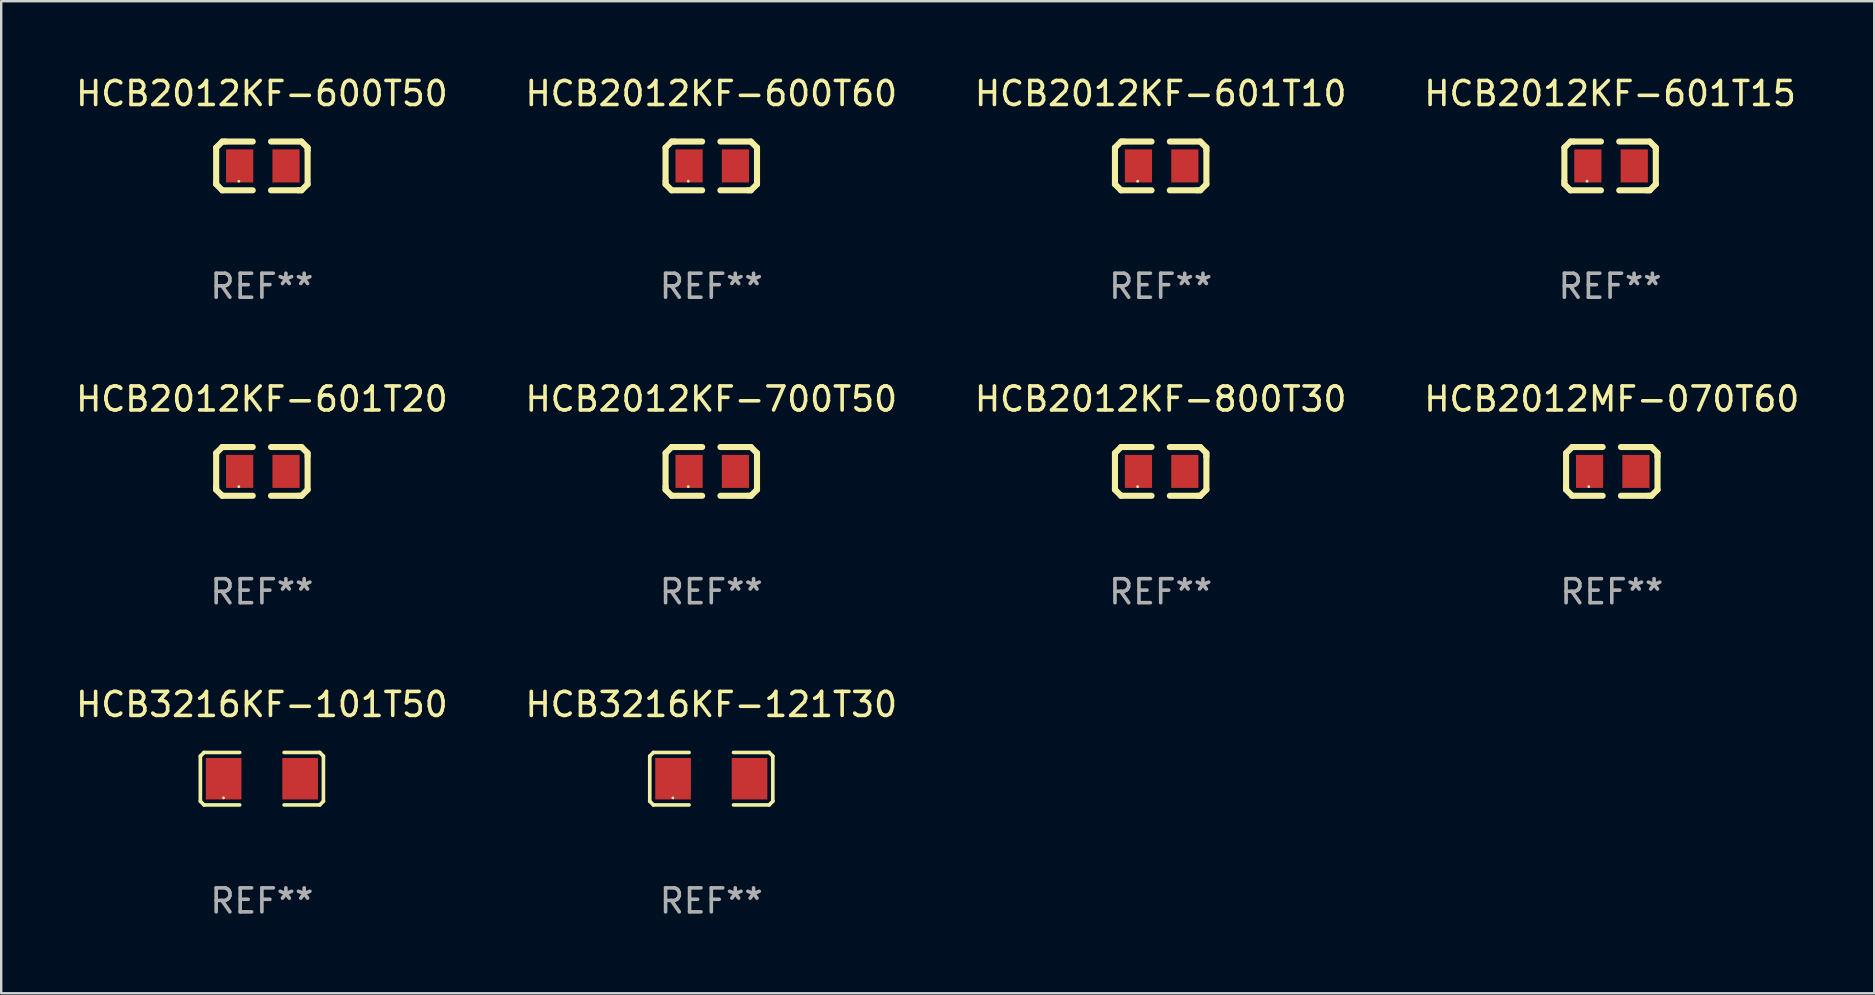
<source format=kicad_pcb>
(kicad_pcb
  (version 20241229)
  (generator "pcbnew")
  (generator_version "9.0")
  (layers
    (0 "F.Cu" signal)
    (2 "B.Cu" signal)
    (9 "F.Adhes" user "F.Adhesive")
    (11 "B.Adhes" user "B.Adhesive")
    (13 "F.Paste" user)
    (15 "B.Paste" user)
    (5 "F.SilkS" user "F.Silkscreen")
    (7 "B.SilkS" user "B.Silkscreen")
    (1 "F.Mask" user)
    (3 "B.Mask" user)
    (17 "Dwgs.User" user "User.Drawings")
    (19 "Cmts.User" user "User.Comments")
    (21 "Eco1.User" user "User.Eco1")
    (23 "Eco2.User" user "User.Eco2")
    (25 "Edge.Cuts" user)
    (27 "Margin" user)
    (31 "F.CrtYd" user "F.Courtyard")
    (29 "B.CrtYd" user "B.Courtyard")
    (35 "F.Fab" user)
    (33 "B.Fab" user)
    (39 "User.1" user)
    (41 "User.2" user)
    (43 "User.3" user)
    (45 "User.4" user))
  (footprint "HCB2012MF-070T60"
    (layer "F.Cu")
    (at 64.113 16.593)
    (property "Reference" "HCB2012MF-070T60" (at 0 -3.016 0) (layer "F.SilkS") (effects (font (size 1 1) (thickness 0.15))))
    (attr through_hole)
    (fp_line (start -1.905 -0.762) (end -1.905 0.635) (stroke (width 0.254) (type solid)) (layer "F.SilkS"))
    (fp_line (start -1.905 0.635) (end -1.905 0.762) (stroke (width 0.254) (type solid)) (layer "F.SilkS"))
    (fp_line (start -1.905 0.762) (end -1.651 1.016) (stroke (width 0.254) (type solid)) (layer "F.SilkS"))
    (fp_line (start -1.651 -1.016) (end -1.905 -0.762) (stroke (width 0.254) (type solid)) (layer "F.SilkS"))
    (fp_line (start -1.651 1.016) (end -0.381 1.016) (stroke (width 0.254) (type solid)) (layer "F.SilkS"))
    (fp_line (start -1.524 -1.016) (end -1.651 -1.016) (stroke (width 0.254) (type solid)) (layer "F.SilkS"))
    (fp_line (start -0.381 -1.016) (end -1.524 -1.016) (stroke (width 0.254) (type solid)) (layer "F.SilkS"))
    (fp_line (start 0.381 1.016) (end 1.524 1.016) (stroke (width 0.254) (type solid)) (layer "F.SilkS"))
    (fp_line (start 1.524 1.016) (end 1.651 1.016) (stroke (width 0.254) (type solid)) (layer "F.SilkS"))
    (fp_line (start 1.651 -1.016) (end 0.381 -1.016) (stroke (width 0.254) (type solid)) (layer "F.SilkS"))
    (fp_line (start 1.651 1.016) (end 1.905 0.762) (stroke (width 0.254) (type solid)) (layer "F.SilkS"))
    (fp_line (start 1.905 -0.762) (end 1.651 -1.016) (stroke (width 0.254) (type solid)) (layer "F.SilkS"))
    (fp_line (start 1.905 -0.635) (end 1.905 -0.762) (stroke (width 0.254) (type solid)) (layer "F.SilkS"))
    (fp_line (start 1.905 0.762) (end 1.905 -0.635) (stroke (width 0.254) (type solid)) (layer "F.SilkS"))
    (fp_circle (center -0.96 0.637) (end -0.93 0.637) (stroke (width 0.06) (type solid)) (fill no) (layer "F.SilkS"))
    (fp_text user "REF**" (at 0 5.016 0) (layer "F.Fab") (effects (font (size 1 1) (thickness 0.15))))
    (pad "1" smd rect (at -0.926 -0.000051) (size 1.133 1.377) (layers "F.Cu" "F.Mask" "F.Paste"))
    (pad "2" smd rect (at 1.006 -0.000051) (size 1.133 1.377) (layers "F.Cu" "F.Mask" "F.Paste")))
  (footprint "HCB2012KF-601T10"
    (layer "F.Cu")
    (at 45.315 3.864)
    (property "Reference" "HCB2012KF-601T10" (at 0 -3.016 0) (layer "F.SilkS") (effects (font (size 1 1) (thickness 0.15))))
    (attr through_hole)
    (fp_line (start -1.905 -0.762) (end -1.905 0.635) (stroke (width 0.254) (type solid)) (layer "F.SilkS"))
    (fp_line (start -1.905 0.635) (end -1.905 0.762) (stroke (width 0.254) (type solid)) (layer "F.SilkS"))
    (fp_line (start -1.905 0.762) (end -1.651 1.016) (stroke (width 0.254) (type solid)) (layer "F.SilkS"))
    (fp_line (start -1.651 -1.016) (end -1.905 -0.762) (stroke (width 0.254) (type solid)) (layer "F.SilkS"))
    (fp_line (start -1.651 1.016) (end -0.381 1.016) (stroke (width 0.254) (type solid)) (layer "F.SilkS"))
    (fp_line (start -1.524 -1.016) (end -1.651 -1.016) (stroke (width 0.254) (type solid)) (layer "F.SilkS"))
    (fp_line (start -0.381 -1.016) (end -1.524 -1.016) (stroke (width 0.254) (type solid)) (layer "F.SilkS"))
    (fp_line (start 0.381 1.016) (end 1.524 1.016) (stroke (width 0.254) (type solid)) (layer "F.SilkS"))
    (fp_line (start 1.524 1.016) (end 1.651 1.016) (stroke (width 0.254) (type solid)) (layer "F.SilkS"))
    (fp_line (start 1.651 -1.016) (end 0.381 -1.016) (stroke (width 0.254) (type solid)) (layer "F.SilkS"))
    (fp_line (start 1.651 1.016) (end 1.905 0.762) (stroke (width 0.254) (type solid)) (layer "F.SilkS"))
    (fp_line (start 1.905 -0.762) (end 1.651 -1.016) (stroke (width 0.254) (type solid)) (layer "F.SilkS"))
    (fp_line (start 1.905 -0.635) (end 1.905 -0.762) (stroke (width 0.254) (type solid)) (layer "F.SilkS"))
    (fp_line (start 1.905 0.762) (end 1.905 -0.635) (stroke (width 0.254) (type solid)) (layer "F.SilkS"))
    (fp_circle (center -0.96 0.637) (end -0.93 0.637) (stroke (width 0.06) (type solid)) (fill no) (layer "F.SilkS"))
    (fp_text user "REF**" (at 0 5.016 0) (layer "F.Fab") (effects (font (size 1 1) (thickness 0.15))))
    (pad "1" smd rect (at -0.926 -0.000051) (size 1.133 1.377) (layers "F.Cu" "F.Mask" "F.Paste"))
    (pad "2" smd rect (at 1.006 -0.000051) (size 1.133 1.377) (layers "F.Cu" "F.Mask" "F.Paste")))
  (footprint "HCB3216KF-121T30"
    (layer "F.Cu")
    (at 26.589 29.398)
    (property "Reference" "HCB3216KF-121T30" (at 0 -3.093 0) (layer "F.SilkS") (effects (font (size 1 1) (thickness 0.15))))
    (attr through_hole)
    (fp_line (start -2.564 -0.94) (end -2.411 -1.093) (stroke (width 0.152) (type solid)) (layer "F.SilkS"))
    (fp_line (start -2.564 0.94) (end -2.564 -0.94) (stroke (width 0.152) (type solid)) (layer "F.SilkS"))
    (fp_line (start -2.411 -1.093) (end -0.926 -1.093) (stroke (width 0.152) (type solid)) (layer "F.SilkS"))
    (fp_line (start -2.411 1.093) (end -2.564 0.94) (stroke (width 0.152) (type solid)) (layer "F.SilkS"))
    (fp_line (start -0.926 1.093) (end -2.411 1.093) (stroke (width 0.152) (type solid)) (layer "F.SilkS"))
    (fp_line (start 0.926 1.093) (end 2.411 1.093) (stroke (width 0.152) (type solid)) (layer "F.SilkS"))
    (fp_line (start 2.411 -1.093) (end 0.926 -1.093) (stroke (width 0.152) (type solid)) (layer "F.SilkS"))
    (fp_line (start 2.411 1.093) (end 2.564 0.94) (stroke (width 0.152) (type solid)) (layer "F.SilkS"))
    (fp_line (start 2.564 -0.94) (end 2.411 -1.093) (stroke (width 0.152) (type solid)) (layer "F.SilkS"))
    (fp_line (start 2.564 0.94) (end 2.564 -0.94) (stroke (width 0.152) (type solid)) (layer "F.SilkS"))
    (fp_circle (center -1.6 0.8) (end -1.57 0.8) (stroke (width 0.06) (type solid)) (fill no) (layer "F.SilkS"))
    (fp_text user "REF**" (at 0 5.093 0) (layer "F.Fab") (effects (font (size 1 1) (thickness 0.15))))
    (pad "1" smd rect (at -1.593 0) (size 1.485 1.728) (layers "F.Cu" "F.Mask" "F.Paste"))
    (pad "2" smd rect (at 1.593 0) (size 1.485 1.728) (layers "F.Cu" "F.Mask" "F.Paste")))
  (footprint "HCB2012KF-700T50"
    (layer "F.Cu")
    (at 26.589 16.593)
    (property "Reference" "HCB2012KF-700T50" (at 0 -3.016 0) (layer "F.SilkS") (effects (font (size 1 1) (thickness 0.15))))
    (attr through_hole)
    (fp_line (start -1.905 -0.762) (end -1.905 0.635) (stroke (width 0.254) (type solid)) (layer "F.SilkS"))
    (fp_line (start -1.905 0.635) (end -1.905 0.762) (stroke (width 0.254) (type solid)) (layer "F.SilkS"))
    (fp_line (start -1.905 0.762) (end -1.651 1.016) (stroke (width 0.254) (type solid)) (layer "F.SilkS"))
    (fp_line (start -1.651 -1.016) (end -1.905 -0.762) (stroke (width 0.254) (type solid)) (layer "F.SilkS"))
    (fp_line (start -1.651 1.016) (end -0.381 1.016) (stroke (width 0.254) (type solid)) (layer "F.SilkS"))
    (fp_line (start -1.524 -1.016) (end -1.651 -1.016) (stroke (width 0.254) (type solid)) (layer "F.SilkS"))
    (fp_line (start -0.381 -1.016) (end -1.524 -1.016) (stroke (width 0.254) (type solid)) (layer "F.SilkS"))
    (fp_line (start 0.381 1.016) (end 1.524 1.016) (stroke (width 0.254) (type solid)) (layer "F.SilkS"))
    (fp_line (start 1.524 1.016) (end 1.651 1.016) (stroke (width 0.254) (type solid)) (layer "F.SilkS"))
    (fp_line (start 1.651 -1.016) (end 0.381 -1.016) (stroke (width 0.254) (type solid)) (layer "F.SilkS"))
    (fp_line (start 1.651 1.016) (end 1.905 0.762) (stroke (width 0.254) (type solid)) (layer "F.SilkS"))
    (fp_line (start 1.905 -0.762) (end 1.651 -1.016) (stroke (width 0.254) (type solid)) (layer "F.SilkS"))
    (fp_line (start 1.905 -0.635) (end 1.905 -0.762) (stroke (width 0.254) (type solid)) (layer "F.SilkS"))
    (fp_line (start 1.905 0.762) (end 1.905 -0.635) (stroke (width 0.254) (type solid)) (layer "F.SilkS"))
    (fp_circle (center -0.96 0.637) (end -0.93 0.637) (stroke (width 0.06) (type solid)) (fill no) (layer "F.SilkS"))
    (fp_text user "REF**" (at 0 5.016 0) (layer "F.Fab") (effects (font (size 1 1) (thickness 0.15))))
    (pad "1" smd rect (at -0.926 -0.000051) (size 1.133 1.377) (layers "F.Cu" "F.Mask" "F.Paste"))
    (pad "2" smd rect (at 1.006 -0.000051) (size 1.133 1.377) (layers "F.Cu" "F.Mask" "F.Paste")))
  (footprint "HCB3216KF-101T50"
    (layer "F.Cu")
    (at 7.863 29.398)
    (property "Reference" "HCB3216KF-101T50" (at 0 -3.093 0) (layer "F.SilkS") (effects (font (size 1 1) (thickness 0.15))))
    (attr through_hole)
    (fp_line (start -2.564 -0.94) (end -2.411 -1.093) (stroke (width 0.152) (type solid)) (layer "F.SilkS"))
    (fp_line (start -2.564 0.94) (end -2.564 -0.94) (stroke (width 0.152) (type solid)) (layer "F.SilkS"))
    (fp_line (start -2.411 -1.093) (end -0.926 -1.093) (stroke (width 0.152) (type solid)) (layer "F.SilkS"))
    (fp_line (start -2.411 1.093) (end -2.564 0.94) (stroke (width 0.152) (type solid)) (layer "F.SilkS"))
    (fp_line (start -0.926 1.093) (end -2.411 1.093) (stroke (width 0.152) (type solid)) (layer "F.SilkS"))
    (fp_line (start 0.926 1.093) (end 2.411 1.093) (stroke (width 0.152) (type solid)) (layer "F.SilkS"))
    (fp_line (start 2.411 -1.093) (end 0.926 -1.093) (stroke (width 0.152) (type solid)) (layer "F.SilkS"))
    (fp_line (start 2.411 1.093) (end 2.564 0.94) (stroke (width 0.152) (type solid)) (layer "F.SilkS"))
    (fp_line (start 2.564 -0.94) (end 2.411 -1.093) (stroke (width 0.152) (type solid)) (layer "F.SilkS"))
    (fp_line (start 2.564 0.94) (end 2.564 -0.94) (stroke (width 0.152) (type solid)) (layer "F.SilkS"))
    (fp_circle (center -1.6 0.8) (end -1.57 0.8) (stroke (width 0.06) (type solid)) (fill no) (layer "F.SilkS"))
    (fp_text user "REF**" (at 0 5.093 0) (layer "F.Fab") (effects (font (size 1 1) (thickness 0.15))))
    (pad "1" smd rect (at -1.593 0) (size 1.485 1.728) (layers "F.Cu" "F.Mask" "F.Paste"))
    (pad "2" smd rect (at 1.593 0) (size 1.485 1.728) (layers "F.Cu" "F.Mask" "F.Paste")))
  (footprint "HCB2012KF-600T60"
    (layer "F.Cu")
    (at 26.589 3.864)
    (property "Reference" "HCB2012KF-600T60" (at 0 -3.016 0) (layer "F.SilkS") (effects (font (size 1 1) (thickness 0.15))))
    (attr through_hole)
    (fp_line (start -1.905 -0.762) (end -1.905 0.635) (stroke (width 0.254) (type solid)) (layer "F.SilkS"))
    (fp_line (start -1.905 0.635) (end -1.905 0.762) (stroke (width 0.254) (type solid)) (layer "F.SilkS"))
    (fp_line (start -1.905 0.762) (end -1.651 1.016) (stroke (width 0.254) (type solid)) (layer "F.SilkS"))
    (fp_line (start -1.651 -1.016) (end -1.905 -0.762) (stroke (width 0.254) (type solid)) (layer "F.SilkS"))
    (fp_line (start -1.651 1.016) (end -0.381 1.016) (stroke (width 0.254) (type solid)) (layer "F.SilkS"))
    (fp_line (start -1.524 -1.016) (end -1.651 -1.016) (stroke (width 0.254) (type solid)) (layer "F.SilkS"))
    (fp_line (start -0.381 -1.016) (end -1.524 -1.016) (stroke (width 0.254) (type solid)) (layer "F.SilkS"))
    (fp_line (start 0.381 1.016) (end 1.524 1.016) (stroke (width 0.254) (type solid)) (layer "F.SilkS"))
    (fp_line (start 1.524 1.016) (end 1.651 1.016) (stroke (width 0.254) (type solid)) (layer "F.SilkS"))
    (fp_line (start 1.651 -1.016) (end 0.381 -1.016) (stroke (width 0.254) (type solid)) (layer "F.SilkS"))
    (fp_line (start 1.651 1.016) (end 1.905 0.762) (stroke (width 0.254) (type solid)) (layer "F.SilkS"))
    (fp_line (start 1.905 -0.762) (end 1.651 -1.016) (stroke (width 0.254) (type solid)) (layer "F.SilkS"))
    (fp_line (start 1.905 -0.635) (end 1.905 -0.762) (stroke (width 0.254) (type solid)) (layer "F.SilkS"))
    (fp_line (start 1.905 0.762) (end 1.905 -0.635) (stroke (width 0.254) (type solid)) (layer "F.SilkS"))
    (fp_circle (center -0.96 0.637) (end -0.93 0.637) (stroke (width 0.06) (type solid)) (fill no) (layer "F.SilkS"))
    (fp_text user "REF**" (at 0 5.016 0) (layer "F.Fab") (effects (font (size 1 1) (thickness 0.15))))
    (pad "1" smd rect (at -0.926 -0.000051) (size 1.133 1.377) (layers "F.Cu" "F.Mask" "F.Paste"))
    (pad "2" smd rect (at 1.006 -0.000051) (size 1.133 1.377) (layers "F.Cu" "F.Mask" "F.Paste")))
  (footprint "HCB2012KF-600T50"
    (layer "F.Cu")
    (at 7.863 3.864)
    (property "Reference" "HCB2012KF-600T50" (at 0 -3.016 0) (layer "F.SilkS") (effects (font (size 1 1) (thickness 0.15))))
    (attr through_hole)
    (fp_line (start -1.905 -0.762) (end -1.905 0.635) (stroke (width 0.254) (type solid)) (layer "F.SilkS"))
    (fp_line (start -1.905 0.635) (end -1.905 0.762) (stroke (width 0.254) (type solid)) (layer "F.SilkS"))
    (fp_line (start -1.905 0.762) (end -1.651 1.016) (stroke (width 0.254) (type solid)) (layer "F.SilkS"))
    (fp_line (start -1.651 -1.016) (end -1.905 -0.762) (stroke (width 0.254) (type solid)) (layer "F.SilkS"))
    (fp_line (start -1.651 1.016) (end -0.381 1.016) (stroke (width 0.254) (type solid)) (layer "F.SilkS"))
    (fp_line (start -1.524 -1.016) (end -1.651 -1.016) (stroke (width 0.254) (type solid)) (layer "F.SilkS"))
    (fp_line (start -0.381 -1.016) (end -1.524 -1.016) (stroke (width 0.254) (type solid)) (layer "F.SilkS"))
    (fp_line (start 0.381 1.016) (end 1.524 1.016) (stroke (width 0.254) (type solid)) (layer "F.SilkS"))
    (fp_line (start 1.524 1.016) (end 1.651 1.016) (stroke (width 0.254) (type solid)) (layer "F.SilkS"))
    (fp_line (start 1.651 -1.016) (end 0.381 -1.016) (stroke (width 0.254) (type solid)) (layer "F.SilkS"))
    (fp_line (start 1.651 1.016) (end 1.905 0.762) (stroke (width 0.254) (type solid)) (layer "F.SilkS"))
    (fp_line (start 1.905 -0.762) (end 1.651 -1.016) (stroke (width 0.254) (type solid)) (layer "F.SilkS"))
    (fp_line (start 1.905 -0.635) (end 1.905 -0.762) (stroke (width 0.254) (type solid)) (layer "F.SilkS"))
    (fp_line (start 1.905 0.762) (end 1.905 -0.635) (stroke (width 0.254) (type solid)) (layer "F.SilkS"))
    (fp_circle (center -0.96 0.637) (end -0.93 0.637) (stroke (width 0.06) (type solid)) (fill no) (layer "F.SilkS"))
    (fp_text user "REF**" (at 0 5.016 0) (layer "F.Fab") (effects (font (size 1 1) (thickness 0.15))))
    (pad "1" smd rect (at -0.926 -0.000051) (size 1.133 1.377) (layers "F.Cu" "F.Mask" "F.Paste"))
    (pad "2" smd rect (at 1.006 -0.000051) (size 1.133 1.377) (layers "F.Cu" "F.Mask" "F.Paste")))
  (footprint "HCB2012KF-601T20"
    (layer "F.Cu")
    (at 7.863 16.593)
    (property "Reference" "HCB2012KF-601T20" (at 0 -3.016 0) (layer "F.SilkS") (effects (font (size 1 1) (thickness 0.15))))
    (attr through_hole)
    (fp_line (start -1.905 -0.762) (end -1.905 0.635) (stroke (width 0.254) (type solid)) (layer "F.SilkS"))
    (fp_line (start -1.905 0.635) (end -1.905 0.762) (stroke (width 0.254) (type solid)) (layer "F.SilkS"))
    (fp_line (start -1.905 0.762) (end -1.651 1.016) (stroke (width 0.254) (type solid)) (layer "F.SilkS"))
    (fp_line (start -1.651 -1.016) (end -1.905 -0.762) (stroke (width 0.254) (type solid)) (layer "F.SilkS"))
    (fp_line (start -1.651 1.016) (end -0.381 1.016) (stroke (width 0.254) (type solid)) (layer "F.SilkS"))
    (fp_line (start -1.524 -1.016) (end -1.651 -1.016) (stroke (width 0.254) (type solid)) (layer "F.SilkS"))
    (fp_line (start -0.381 -1.016) (end -1.524 -1.016) (stroke (width 0.254) (type solid)) (layer "F.SilkS"))
    (fp_line (start 0.381 1.016) (end 1.524 1.016) (stroke (width 0.254) (type solid)) (layer "F.SilkS"))
    (fp_line (start 1.524 1.016) (end 1.651 1.016) (stroke (width 0.254) (type solid)) (layer "F.SilkS"))
    (fp_line (start 1.651 -1.016) (end 0.381 -1.016) (stroke (width 0.254) (type solid)) (layer "F.SilkS"))
    (fp_line (start 1.651 1.016) (end 1.905 0.762) (stroke (width 0.254) (type solid)) (layer "F.SilkS"))
    (fp_line (start 1.905 -0.762) (end 1.651 -1.016) (stroke (width 0.254) (type solid)) (layer "F.SilkS"))
    (fp_line (start 1.905 -0.635) (end 1.905 -0.762) (stroke (width 0.254) (type solid)) (layer "F.SilkS"))
    (fp_line (start 1.905 0.762) (end 1.905 -0.635) (stroke (width 0.254) (type solid)) (layer "F.SilkS"))
    (fp_circle (center -0.96 0.637) (end -0.93 0.637) (stroke (width 0.06) (type solid)) (fill no) (layer "F.SilkS"))
    (fp_text user "REF**" (at 0 5.016 0) (layer "F.Fab") (effects (font (size 1 1) (thickness 0.15))))
    (pad "1" smd rect (at -0.926 -0.000051) (size 1.133 1.377) (layers "F.Cu" "F.Mask" "F.Paste"))
    (pad "2" smd rect (at 1.006 -0.000051) (size 1.133 1.377) (layers "F.Cu" "F.Mask" "F.Paste")))
  (footprint "HCB2012KF-601T15"
    (layer "F.Cu")
    (at 64.042 3.864)
    (property "Reference" "HCB2012KF-601T15" (at 0 -3.016 0) (layer "F.SilkS") (effects (font (size 1 1) (thickness 0.15))))
    (attr through_hole)
    (fp_line (start -1.905 -0.762) (end -1.905 0.635) (stroke (width 0.254) (type solid)) (layer "F.SilkS"))
    (fp_line (start -1.905 0.635) (end -1.905 0.762) (stroke (width 0.254) (type solid)) (layer "F.SilkS"))
    (fp_line (start -1.905 0.762) (end -1.651 1.016) (stroke (width 0.254) (type solid)) (layer "F.SilkS"))
    (fp_line (start -1.651 -1.016) (end -1.905 -0.762) (stroke (width 0.254) (type solid)) (layer "F.SilkS"))
    (fp_line (start -1.651 1.016) (end -0.381 1.016) (stroke (width 0.254) (type solid)) (layer "F.SilkS"))
    (fp_line (start -1.524 -1.016) (end -1.651 -1.016) (stroke (width 0.254) (type solid)) (layer "F.SilkS"))
    (fp_line (start -0.381 -1.016) (end -1.524 -1.016) (stroke (width 0.254) (type solid)) (layer "F.SilkS"))
    (fp_line (start 0.381 1.016) (end 1.524 1.016) (stroke (width 0.254) (type solid)) (layer "F.SilkS"))
    (fp_line (start 1.524 1.016) (end 1.651 1.016) (stroke (width 0.254) (type solid)) (layer "F.SilkS"))
    (fp_line (start 1.651 -1.016) (end 0.381 -1.016) (stroke (width 0.254) (type solid)) (layer "F.SilkS"))
    (fp_line (start 1.651 1.016) (end 1.905 0.762) (stroke (width 0.254) (type solid)) (layer "F.SilkS"))
    (fp_line (start 1.905 -0.762) (end 1.651 -1.016) (stroke (width 0.254) (type solid)) (layer "F.SilkS"))
    (fp_line (start 1.905 -0.635) (end 1.905 -0.762) (stroke (width 0.254) (type solid)) (layer "F.SilkS"))
    (fp_line (start 1.905 0.762) (end 1.905 -0.635) (stroke (width 0.254) (type solid)) (layer "F.SilkS"))
    (fp_circle (center -0.96 0.637) (end -0.93 0.637) (stroke (width 0.06) (type solid)) (fill no) (layer "F.SilkS"))
    (fp_text user "REF**" (at 0 5.016 0) (layer "F.Fab") (effects (font (size 1 1) (thickness 0.15))))
    (pad "1" smd rect (at -0.926 -0.000051) (size 1.133 1.377) (layers "F.Cu" "F.Mask" "F.Paste"))
    (pad "2" smd rect (at 1.006 -0.000051) (size 1.133 1.377) (layers "F.Cu" "F.Mask" "F.Paste")))
  (footprint "HCB2012KF-800T30"
    (layer "F.Cu")
    (at 45.315 16.593)
    (property "Reference" "HCB2012KF-800T30" (at 0 -3.016 0) (layer "F.SilkS") (effects (font (size 1 1) (thickness 0.15))))
    (attr through_hole)
    (fp_line (start -1.905 -0.762) (end -1.905 0.635) (stroke (width 0.254) (type solid)) (layer "F.SilkS"))
    (fp_line (start -1.905 0.635) (end -1.905 0.762) (stroke (width 0.254) (type solid)) (layer "F.SilkS"))
    (fp_line (start -1.905 0.762) (end -1.651 1.016) (stroke (width 0.254) (type solid)) (layer "F.SilkS"))
    (fp_line (start -1.651 -1.016) (end -1.905 -0.762) (stroke (width 0.254) (type solid)) (layer "F.SilkS"))
    (fp_line (start -1.651 1.016) (end -0.381 1.016) (stroke (width 0.254) (type solid)) (layer "F.SilkS"))
    (fp_line (start -1.524 -1.016) (end -1.651 -1.016) (stroke (width 0.254) (type solid)) (layer "F.SilkS"))
    (fp_line (start -0.381 -1.016) (end -1.524 -1.016) (stroke (width 0.254) (type solid)) (layer "F.SilkS"))
    (fp_line (start 0.381 1.016) (end 1.524 1.016) (stroke (width 0.254) (type solid)) (layer "F.SilkS"))
    (fp_line (start 1.524 1.016) (end 1.651 1.016) (stroke (width 0.254) (type solid)) (layer "F.SilkS"))
    (fp_line (start 1.651 -1.016) (end 0.381 -1.016) (stroke (width 0.254) (type solid)) (layer "F.SilkS"))
    (fp_line (start 1.651 1.016) (end 1.905 0.762) (stroke (width 0.254) (type solid)) (layer "F.SilkS"))
    (fp_line (start 1.905 -0.762) (end 1.651 -1.016) (stroke (width 0.254) (type solid)) (layer "F.SilkS"))
    (fp_line (start 1.905 -0.635) (end 1.905 -0.762) (stroke (width 0.254) (type solid)) (layer "F.SilkS"))
    (fp_line (start 1.905 0.762) (end 1.905 -0.635) (stroke (width 0.254) (type solid)) (layer "F.SilkS"))
    (fp_circle (center -0.96 0.637) (end -0.93 0.637) (stroke (width 0.06) (type solid)) (fill no) (layer "F.SilkS"))
    (fp_text user "REF**" (at 0 5.016 0) (layer "F.Fab") (effects (font (size 1 1) (thickness 0.15))))
    (pad "1" smd rect (at -0.926 -0.000051) (size 1.133 1.377) (layers "F.Cu" "F.Mask" "F.Paste"))
    (pad "2" smd rect (at 1.006 -0.000051) (size 1.133 1.377) (layers "F.Cu" "F.Mask" "F.Paste")))
  (gr_rect
    (start -3 -3)
    (end 75.048 38.339)
    (stroke (width 0.1) (type default))
    (fill no)
    (layer "Edge.Cuts")))
</source>
